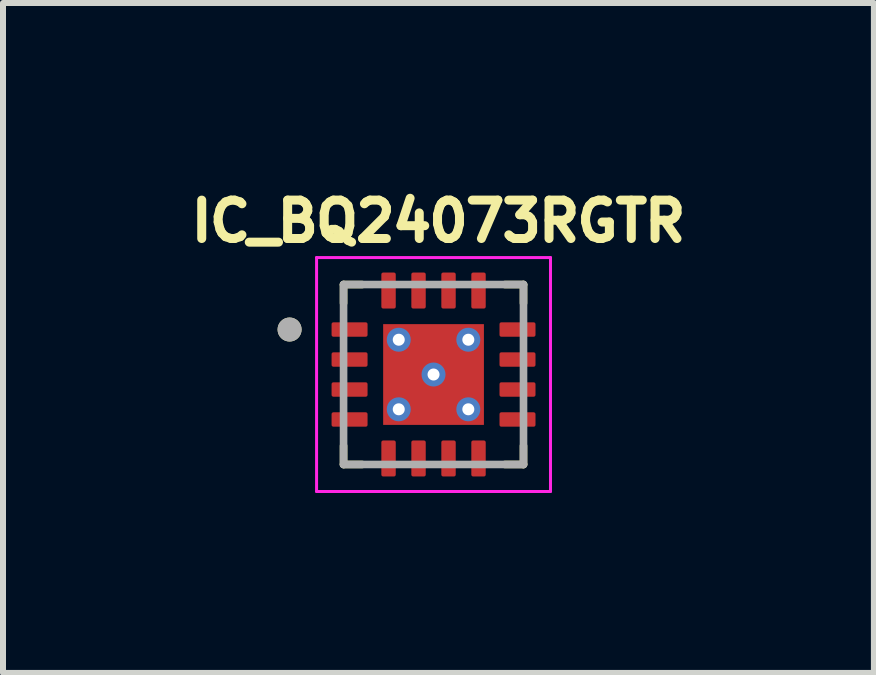
<source format=kicad_pcb>
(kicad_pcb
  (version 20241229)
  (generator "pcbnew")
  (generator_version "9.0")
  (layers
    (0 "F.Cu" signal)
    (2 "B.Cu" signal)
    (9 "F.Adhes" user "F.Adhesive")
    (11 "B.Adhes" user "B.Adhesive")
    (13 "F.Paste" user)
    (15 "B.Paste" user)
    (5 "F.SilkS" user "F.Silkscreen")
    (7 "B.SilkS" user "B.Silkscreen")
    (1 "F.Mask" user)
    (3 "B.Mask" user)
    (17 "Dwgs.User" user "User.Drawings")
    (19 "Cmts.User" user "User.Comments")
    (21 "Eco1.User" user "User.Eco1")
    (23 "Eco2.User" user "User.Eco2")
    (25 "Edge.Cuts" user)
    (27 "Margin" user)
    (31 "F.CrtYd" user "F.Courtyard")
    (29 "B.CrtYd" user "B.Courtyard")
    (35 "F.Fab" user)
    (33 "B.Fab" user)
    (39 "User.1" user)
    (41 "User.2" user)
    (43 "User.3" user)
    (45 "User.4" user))
  (footprint "IC_BQ24073RGTR"
    (layer "F.Cu")
    (at 4.178 3.194)
    (property "Reference" "IC_BQ24073RGTR" (at 0.082 -2.556 0) (layer "F.SilkS") (effects (font (size 0.64 0.64) (thickness 0.15))))
    (attr smd)
    (fp_line (start -1.5 -1.5) (end -1.5 -1.19) (stroke (width 0.127) (type solid)) (layer "F.SilkS"))
    (fp_line (start -1.5 -1.5) (end -1.19 -1.5) (stroke (width 0.127) (type solid)) (layer "F.SilkS"))
    (fp_line (start -1.5 1.5) (end -1.5 1.19) (stroke (width 0.127) (type solid)) (layer "F.SilkS"))
    (fp_line (start -1.5 1.5) (end -1.19 1.5) (stroke (width 0.127) (type solid)) (layer "F.SilkS"))
    (fp_line (start 1.5 -1.5) (end 1.19 -1.5) (stroke (width 0.127) (type solid)) (layer "F.SilkS"))
    (fp_line (start 1.5 -1.5) (end 1.5 -1.19) (stroke (width 0.127) (type solid)) (layer "F.SilkS"))
    (fp_line (start 1.5 1.5) (end 1.19 1.5) (stroke (width 0.127) (type solid)) (layer "F.SilkS"))
    (fp_line (start 1.5 1.5) (end 1.5 1.19) (stroke (width 0.127) (type solid)) (layer "F.SilkS"))
    (fp_circle (center -2.4 -0.75) (end -2.3 -0.75) (stroke (width 0.2) (type solid)) (fill no) (layer "F.SilkS"))
    (fp_poly (pts (xy -0.53 -0.53) (xy 0.53 -0.53) (xy 0.53 0.53) (xy -0.53 0.53)) (stroke (width 0.01) (type solid)) (fill yes) (layer "F.Paste"))
    (fp_line (start -1.95 -1.95) (end -1.95 1.95) (stroke (width 0.05) (type solid)) (layer "F.CrtYd"))
    (fp_line (start -1.95 1.95) (end 1.95 1.95) (stroke (width 0.05) (type solid)) (layer "F.CrtYd"))
    (fp_line (start 1.95 -1.95) (end -1.95 -1.95) (stroke (width 0.05) (type solid)) (layer "F.CrtYd"))
    (fp_line (start 1.95 1.95) (end 1.95 -1.95) (stroke (width 0.05) (type solid)) (layer "F.CrtYd"))
    (fp_line (start -1.5 1.5) (end -1.5 -1.5) (stroke (width 0.127) (type solid)) (layer "F.Fab"))
    (fp_line (start 1.5 -1.5) (end -1.5 -1.5) (stroke (width 0.127) (type solid)) (layer "F.Fab"))
    (fp_line (start 1.5 1.5) (end -1.5 1.5) (stroke (width 0.127) (type solid)) (layer "F.Fab"))
    (fp_line (start 1.5 1.5) (end 1.5 -1.5) (stroke (width 0.127) (type solid)) (layer "F.Fab"))
    (fp_circle (center -2.4 -0.75) (end -2.3 -0.75) (stroke (width 0.2) (type solid)) (fill no) (layer "F.Fab"))
    (pad "1" smd roundrect (at -1.4 -0.75) (size 0.6 0.24) (layers "F.Cu" "F.Mask" "F.Paste") (roundrect_rratio 0.125))
    (pad "2" smd roundrect (at -1.4 -0.25) (size 0.6 0.24) (layers "F.Cu" "F.Mask" "F.Paste") (roundrect_rratio 0.125))
    (pad "3" smd roundrect (at -1.4 0.25) (size 0.6 0.24) (layers "F.Cu" "F.Mask" "F.Paste") (roundrect_rratio 0.125))
    (pad "4" smd roundrect (at -1.4 0.75) (size 0.6 0.24) (layers "F.Cu" "F.Mask" "F.Paste") (roundrect_rratio 0.125))
    (pad "5" smd roundrect (at -0.75 1.4) (size 0.24 0.6) (layers "F.Cu" "F.Mask" "F.Paste") (roundrect_rratio 0.125))
    (pad "6" smd roundrect (at -0.25 1.4) (size 0.24 0.6) (layers "F.Cu" "F.Mask" "F.Paste") (roundrect_rratio 0.125))
    (pad "7" smd roundrect (at 0.25 1.4) (size 0.24 0.6) (layers "F.Cu" "F.Mask" "F.Paste") (roundrect_rratio 0.125))
    (pad "8" smd roundrect (at 0.75 1.4) (size 0.24 0.6) (layers "F.Cu" "F.Mask" "F.Paste") (roundrect_rratio 0.125))
    (pad "9" smd roundrect (at 1.4 0.75) (size 0.6 0.24) (layers "F.Cu" "F.Mask" "F.Paste") (roundrect_rratio 0.125))
    (pad "10" smd roundrect (at 1.4 0.25) (size 0.6 0.24) (layers "F.Cu" "F.Mask" "F.Paste") (roundrect_rratio 0.125))
    (pad "11" smd roundrect (at 1.4 -0.25) (size 0.6 0.24) (layers "F.Cu" "F.Mask" "F.Paste") (roundrect_rratio 0.125))
    (pad "12" smd roundrect (at 1.4 -0.75) (size 0.6 0.24) (layers "F.Cu" "F.Mask" "F.Paste") (roundrect_rratio 0.125))
    (pad "13" smd roundrect (at 0.75 -1.4) (size 0.24 0.6) (layers "F.Cu" "F.Mask" "F.Paste") (roundrect_rratio 0.125))
    (pad "14" smd roundrect (at 0.25 -1.4) (size 0.24 0.6) (layers "F.Cu" "F.Mask" "F.Paste") (roundrect_rratio 0.125))
    (pad "15" smd roundrect (at -0.25 -1.4) (size 0.24 0.6) (layers "F.Cu" "F.Mask" "F.Paste") (roundrect_rratio 0.125))
    (pad "16" smd roundrect (at -0.75 -1.4) (size 0.24 0.6) (layers "F.Cu" "F.Mask" "F.Paste") (roundrect_rratio 0.125))
    (pad "17" smd rect (at 0 0) (size 1.68 1.68) (layers "F.Cu" "F.Mask"))
    (pad "18" thru_hole circle (at 0 0) (size 0.4 0.4) (drill 0.2) (layers "*.Cu"))
    (pad "19" thru_hole circle (at -0.58 -0.58) (size 0.4 0.4) (drill 0.2) (layers "*.Cu"))
    (pad "20" thru_hole circle (at 0.58 -0.58) (size 0.4 0.4) (drill 0.2) (layers "*.Cu"))
    (pad "21" thru_hole circle (at -0.58 0.58) (size 0.4 0.4) (drill 0.2) (layers "*.Cu"))
    (pad "22" thru_hole circle (at 0.58 0.58) (size 0.4 0.4) (drill 0.2) (layers "*.Cu")))
  (gr_rect
    (start -3 -3)
    (end 11.52 8.169)
    (stroke (width 0.1) (type default))
    (fill no)
    (layer "Edge.Cuts")))
</source>
